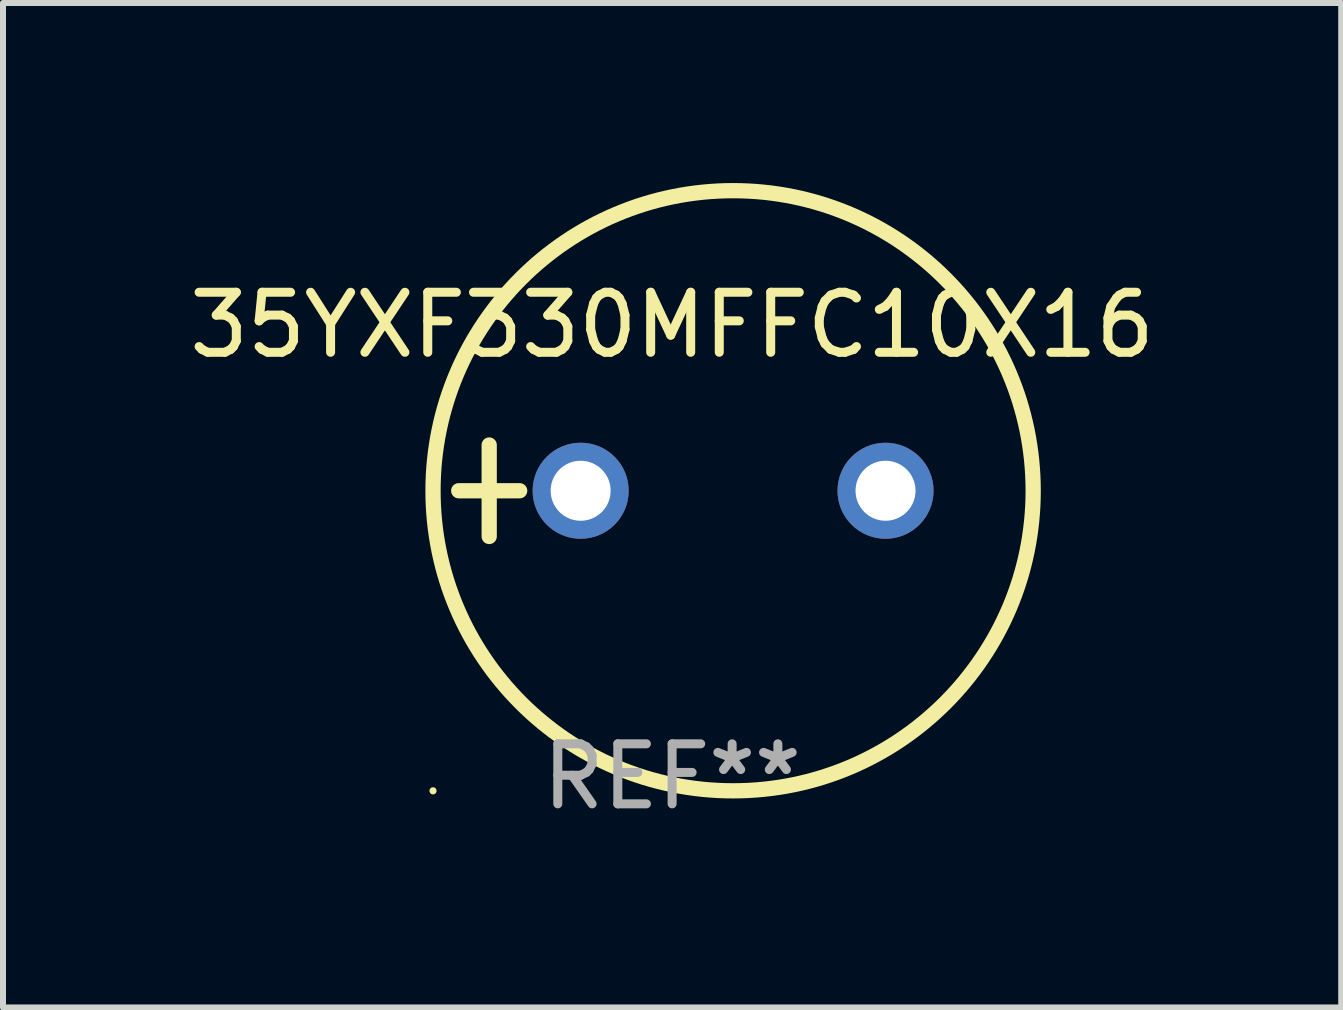
<source format=kicad_pcb>
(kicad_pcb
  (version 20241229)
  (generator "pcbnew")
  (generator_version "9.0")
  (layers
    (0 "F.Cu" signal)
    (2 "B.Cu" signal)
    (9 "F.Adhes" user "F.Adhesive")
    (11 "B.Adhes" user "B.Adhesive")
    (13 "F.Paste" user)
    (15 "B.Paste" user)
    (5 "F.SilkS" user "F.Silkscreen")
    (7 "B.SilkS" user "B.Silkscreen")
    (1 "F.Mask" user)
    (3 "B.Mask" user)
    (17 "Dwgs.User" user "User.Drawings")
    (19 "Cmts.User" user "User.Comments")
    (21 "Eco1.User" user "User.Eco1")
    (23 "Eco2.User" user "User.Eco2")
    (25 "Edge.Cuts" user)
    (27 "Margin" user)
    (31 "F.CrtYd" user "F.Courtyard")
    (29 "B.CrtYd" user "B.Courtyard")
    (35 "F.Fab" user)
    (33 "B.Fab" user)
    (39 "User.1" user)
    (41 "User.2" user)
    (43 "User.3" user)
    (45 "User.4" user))
  (footprint "35YXF330MFFC10X16"
    (layer "F.Cu")
    (at 8.149 5.127)
    (property "Reference" "35YXF330MFFC10X16" (at 0 -2.762 0) (layer "F.SilkS") (effects (font (size 1 1) (thickness 0.15))))
    (attr through_hole)
    (fp_line (start -3.556 0) (end -2.54 0) (stroke (width 0.254) (type solid)) (layer "F.SilkS"))
    (fp_line (start -3.048 -0.762) (end -3.048 0.762) (stroke (width 0.254) (type solid)) (layer "F.SilkS"))
    (fp_circle (center -3.984 5) (end -3.954 5) (stroke (width 0.06) (type solid)) (fill no) (layer "F.SilkS"))
    (fp_circle (center 1.016 0) (end 6.016 0) (stroke (width 0.254) (type solid)) (fill no) (layer "F.SilkS"))
    (fp_text user "REF**" (at 0 4.762 0) (layer "F.Fab") (effects (font (size 1 1) (thickness 0.15))))
    (pad "1" thru_hole circle (at -1.524 0) (size 1.6 1.6) (drill 1) (layers "*.Cu" "*.Mask"))
    (pad "2" thru_hole circle (at 3.556 0) (size 1.6 1.6) (drill 1) (layers "*.Cu" "*.Mask")))
  (gr_rect
    (start -3 -3)
    (end 19.298 13.737)
    (stroke (width 0.1) (type default))
    (fill no)
    (layer "Edge.Cuts")))
</source>
